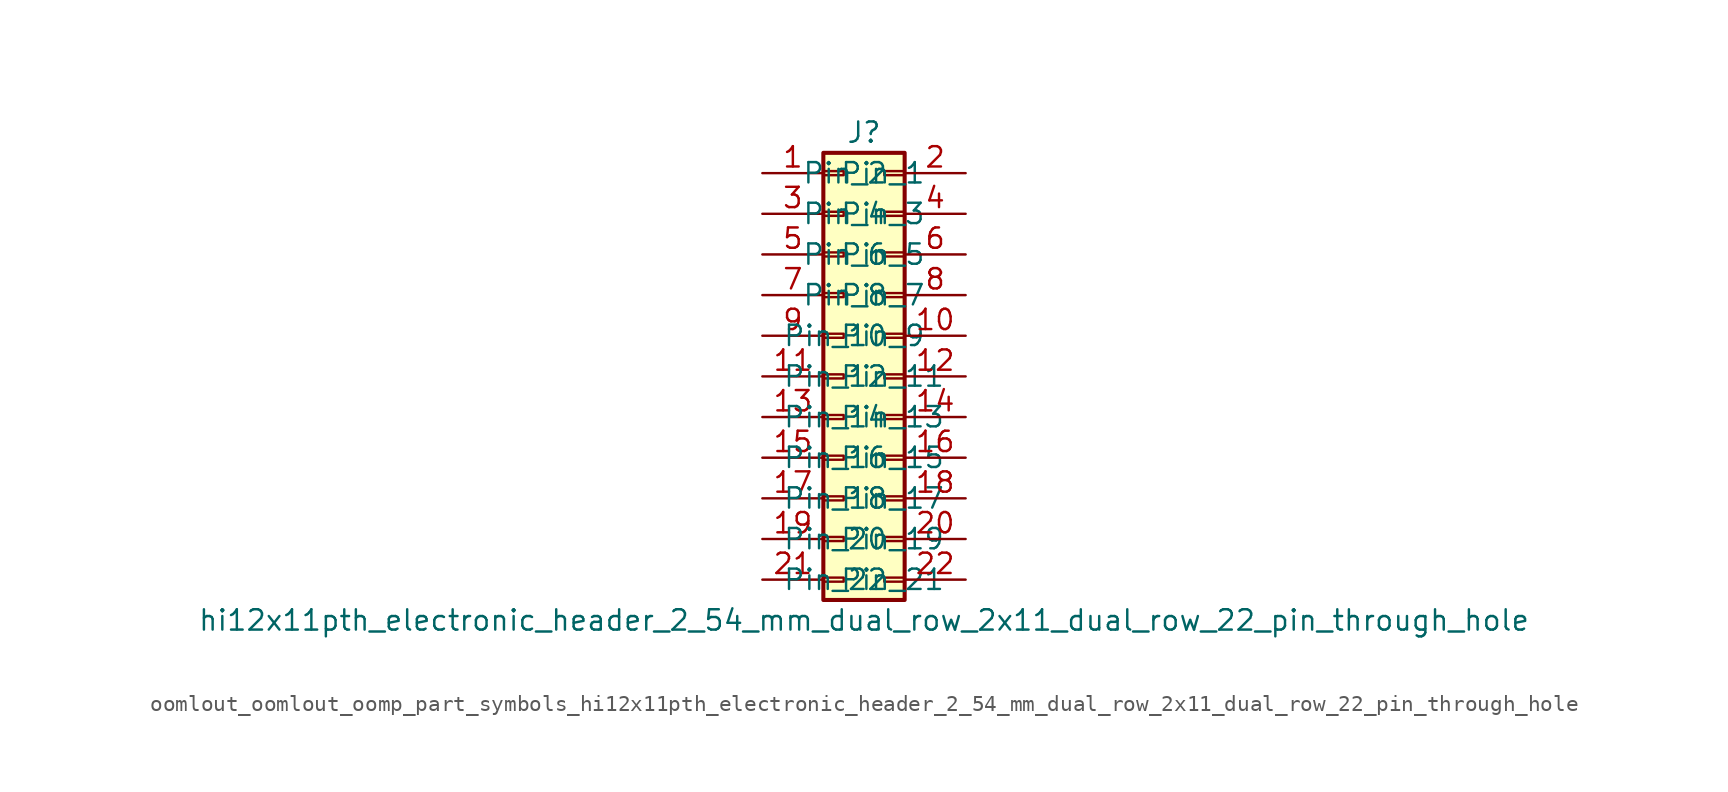
<source format=kicad_sym>
(kicad_symbol_lib
  (version 20220914)
  (generator kicad_symbol_editor)
  (symbol "oomlout_oomlout_oomp_part_symbols_hi12x11pth_electronic_header_2_54_mm_dual_row_2x11_dual_row_22_pin_through_hole"
    (pin_names
      (offset 1.016))
    (property "Reference" "J"
      (at 1.27 15.24 0)
      (effects (font (size 1.27 1.27))))
    (property "Value" "hi12x11pth_electronic_header_2_54_mm_dual_row_2x11_dual_row_22_pin_through_hole"
      (at 1.27 -15.24 0)
      (effects (font (size 1.27 1.27))))
    (symbol "oomlout_oomlout_oomp_part_symbols_hi12x11pth_electronic_header_2_54_mm_dual_row_2x11_dual_row_22_pin_through_hole_1_1"
      (rectangle (start -1.27 -12.573) (end 0 -12.827) (stroke (width 0.152) (type default)) (fill (type none)))
      (rectangle (start -1.27 -10.033) (end 0 -10.287) (stroke (width 0.152) (type default)) (fill (type none)))
      (rectangle (start -1.27 -7.493) (end 0 -7.747) (stroke (width 0.152) (type default)) (fill (type none)))
      (rectangle (start -1.27 -4.953) (end 0 -5.207) (stroke (width 0.152) (type default)) (fill (type none)))
      (rectangle (start -1.27 -2.413) (end 0 -2.667) (stroke (width 0.152) (type default)) (fill (type none)))
      (rectangle (start -1.27 0.127) (end 0 -0.127) (stroke (width 0.152) (type default)) (fill (type none)))
      (rectangle (start -1.27 2.667) (end 0 2.413) (stroke (width 0.152) (type default)) (fill (type none)))
      (rectangle (start -1.27 5.207) (end 0 4.953) (stroke (width 0.152) (type default)) (fill (type none)))
      (rectangle (start -1.27 7.747) (end 0 7.493) (stroke (width 0.152) (type default)) (fill (type none)))
      (rectangle (start -1.27 10.287) (end 0 10.033) (stroke (width 0.152) (type default)) (fill (type none)))
      (rectangle (start -1.27 12.827) (end 0 12.573) (stroke (width 0.152) (type default)) (fill (type none)))
      (rectangle (start -1.27 13.97) (end 3.81 -13.97) (stroke (width 0.254) (type default)) (fill (type background)))
      (rectangle (start 3.81 -12.573) (end 2.54 -12.827) (stroke (width 0.152) (type default)) (fill (type none)))
      (rectangle (start 3.81 -10.033) (end 2.54 -10.287) (stroke (width 0.152) (type default)) (fill (type none)))
      (rectangle (start 3.81 -7.493) (end 2.54 -7.747) (stroke (width 0.152) (type default)) (fill (type none)))
      (rectangle (start 3.81 -4.953) (end 2.54 -5.207) (stroke (width 0.152) (type default)) (fill (type none)))
      (rectangle (start 3.81 -2.413) (end 2.54 -2.667) (stroke (width 0.152) (type default)) (fill (type none)))
      (rectangle (start 3.81 0.127) (end 2.54 -0.127) (stroke (width 0.152) (type default)) (fill (type none)))
      (rectangle (start 3.81 2.667) (end 2.54 2.413) (stroke (width 0.152) (type default)) (fill (type none)))
      (rectangle (start 3.81 5.207) (end 2.54 4.953) (stroke (width 0.152) (type default)) (fill (type none)))
      (rectangle (start 3.81 7.747) (end 2.54 7.493) (stroke (width 0.152) (type default)) (fill (type none)))
      (rectangle (start 3.81 10.287) (end 2.54 10.033) (stroke (width 0.152) (type default)) (fill (type none)))
      (rectangle (start 3.81 12.827) (end 2.54 12.573) (stroke (width 0.152) (type default)) (fill (type none)))
      (pin passive line (at -5.08 12.7 0) (length 3.81) (name "Pin_1" (effects (font (size 1.27 1.27)))) (number "1" (effects (font (size 1.27 1.27)))))
      (pin passive line (at 7.62 2.54 180) (length 3.81) (name "Pin_10" (effects (font (size 1.27 1.27)))) (number "10" (effects (font (size 1.27 1.27)))))
      (pin passive line (at -5.08 0 0) (length 3.81) (name "Pin_11" (effects (font (size 1.27 1.27)))) (number "11" (effects (font (size 1.27 1.27)))))
      (pin passive line (at 7.62 0 180) (length 3.81) (name "Pin_12" (effects (font (size 1.27 1.27)))) (number "12" (effects (font (size 1.27 1.27)))))
      (pin passive line (at -5.08 -2.54 0) (length 3.81) (name "Pin_13" (effects (font (size 1.27 1.27)))) (number "13" (effects (font (size 1.27 1.27)))))
      (pin passive line (at 7.62 -2.54 180) (length 3.81) (name "Pin_14" (effects (font (size 1.27 1.27)))) (number "14" (effects (font (size 1.27 1.27)))))
      (pin passive line (at -5.08 -5.08 0) (length 3.81) (name "Pin_15" (effects (font (size 1.27 1.27)))) (number "15" (effects (font (size 1.27 1.27)))))
      (pin passive line (at 7.62 -5.08 180) (length 3.81) (name "Pin_16" (effects (font (size 1.27 1.27)))) (number "16" (effects (font (size 1.27 1.27)))))
      (pin passive line (at -5.08 -7.62 0) (length 3.81) (name "Pin_17" (effects (font (size 1.27 1.27)))) (number "17" (effects (font (size 1.27 1.27)))))
      (pin passive line (at 7.62 -7.62 180) (length 3.81) (name "Pin_18" (effects (font (size 1.27 1.27)))) (number "18" (effects (font (size 1.27 1.27)))))
      (pin passive line (at -5.08 -10.16 0) (length 3.81) (name "Pin_19" (effects (font (size 1.27 1.27)))) (number "19" (effects (font (size 1.27 1.27)))))
      (pin passive line (at 7.62 12.7 180) (length 3.81) (name "Pin_2" (effects (font (size 1.27 1.27)))) (number "2" (effects (font (size 1.27 1.27)))))
      (pin passive line (at 7.62 -10.16 180) (length 3.81) (name "Pin_20" (effects (font (size 1.27 1.27)))) (number "20" (effects (font (size 1.27 1.27)))))
      (pin passive line (at -5.08 -12.7 0) (length 3.81) (name "Pin_21" (effects (font (size 1.27 1.27)))) (number "21" (effects (font (size 1.27 1.27)))))
      (pin passive line (at 7.62 -12.7 180) (length 3.81) (name "Pin_22" (effects (font (size 1.27 1.27)))) (number "22" (effects (font (size 1.27 1.27)))))
      (pin passive line (at -5.08 10.16 0) (length 3.81) (name "Pin_3" (effects (font (size 1.27 1.27)))) (number "3" (effects (font (size 1.27 1.27)))))
      (pin passive line (at 7.62 10.16 180) (length 3.81) (name "Pin_4" (effects (font (size 1.27 1.27)))) (number "4" (effects (font (size 1.27 1.27)))))
      (pin passive line (at -5.08 7.62 0) (length 3.81) (name "Pin_5" (effects (font (size 1.27 1.27)))) (number "5" (effects (font (size 1.27 1.27)))))
      (pin passive line (at 7.62 7.62 180) (length 3.81) (name "Pin_6" (effects (font (size 1.27 1.27)))) (number "6" (effects (font (size 1.27 1.27)))))
      (pin passive line (at -5.08 5.08 0) (length 3.81) (name "Pin_7" (effects (font (size 1.27 1.27)))) (number "7" (effects (font (size 1.27 1.27)))))
      (pin passive line (at 7.62 5.08 180) (length 3.81) (name "Pin_8" (effects (font (size 1.27 1.27)))) (number "8" (effects (font (size 1.27 1.27)))))
      (pin passive line (at -5.08 2.54 0) (length 3.81) (name "Pin_9" (effects (font (size 1.27 1.27)))) (number "9" (effects (font (size 1.27 1.27))))))))
</source>
